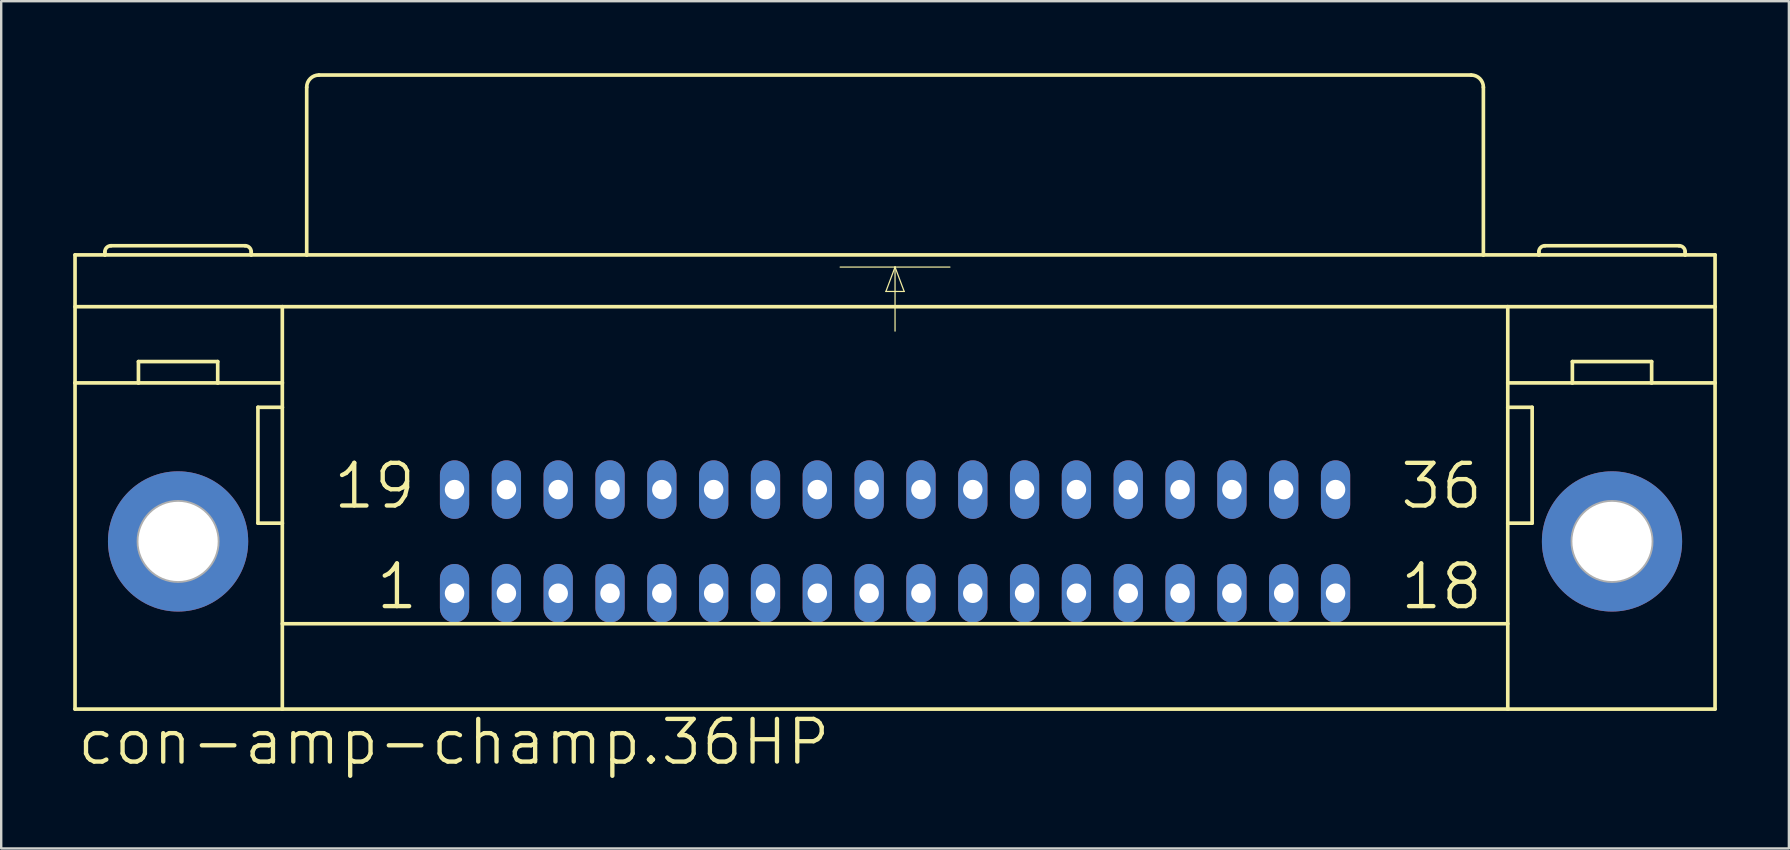
<source format=kicad_pcb>
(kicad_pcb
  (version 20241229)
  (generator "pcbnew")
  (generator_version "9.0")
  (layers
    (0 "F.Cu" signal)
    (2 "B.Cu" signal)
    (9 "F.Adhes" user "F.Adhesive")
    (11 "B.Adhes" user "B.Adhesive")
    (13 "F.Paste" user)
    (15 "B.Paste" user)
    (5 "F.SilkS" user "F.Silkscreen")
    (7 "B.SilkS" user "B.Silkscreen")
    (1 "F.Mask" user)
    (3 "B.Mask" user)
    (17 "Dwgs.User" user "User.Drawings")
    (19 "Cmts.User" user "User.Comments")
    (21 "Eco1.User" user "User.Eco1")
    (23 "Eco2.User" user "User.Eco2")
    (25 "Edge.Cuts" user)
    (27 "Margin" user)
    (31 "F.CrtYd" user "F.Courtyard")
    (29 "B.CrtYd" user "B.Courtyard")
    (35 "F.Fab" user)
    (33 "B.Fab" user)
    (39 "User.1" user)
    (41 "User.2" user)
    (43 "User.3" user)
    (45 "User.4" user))
  (footprint "con-amp-champ.36HP"
    (layer "F.Cu")
    (at 34.239 19.507)
    (property "Reference" "con-amp-champ.36HP" (at -34.163 9.398 0) (layer "F.SilkS") (effects (font (size 1.778 1.778) (thickness 0.18)) (justify left bottom)))
    (attr through_hole)
    (fp_line (start -34.163 -11.938) (end -32.918 -11.938) (stroke (width 0.152) (type default)) (layer "F.SilkS"))
    (fp_line (start -34.163 -9.779) (end -25.527 -9.779) (stroke (width 0.152) (type default)) (layer "F.SilkS"))
    (fp_line (start -34.163 -6.604) (end -34.163 -11.938) (stroke (width 0.152) (type default)) (layer "F.SilkS"))
    (fp_line (start -34.163 6.985) (end -34.163 -6.604) (stroke (width 0.152) (type default)) (layer "F.SilkS"))
    (fp_line (start -34.163 6.985) (end -25.527 6.985) (stroke (width 0.152) (type default)) (layer "F.SilkS"))
    (fp_line (start -32.918 -11.938) (end -32.918 -12.065) (stroke (width 0.152) (type default)) (layer "F.SilkS"))
    (fp_line (start -32.918 -11.938) (end -26.822 -11.938) (stroke (width 0.152) (type default)) (layer "F.SilkS"))
    (fp_line (start -31.521 -6.604) (end -34.163 -6.604) (stroke (width 0.152) (type default)) (layer "F.SilkS"))
    (fp_line (start -31.521 -6.604) (end -31.521 -7.493) (stroke (width 0.152) (type default)) (layer "F.SilkS"))
    (fp_line (start -28.219 -7.493) (end -31.521 -7.493) (stroke (width 0.152) (type default)) (layer "F.SilkS"))
    (fp_line (start -28.219 -6.604) (end -31.521 -6.604) (stroke (width 0.152) (type default)) (layer "F.SilkS"))
    (fp_line (start -28.219 -6.604) (end -28.219 -7.493) (stroke (width 0.152) (type default)) (layer "F.SilkS"))
    (fp_line (start -27.076 -12.319) (end -32.664 -12.319) (stroke (width 0.152) (type default)) (layer "F.SilkS"))
    (fp_line (start -26.822 -11.938) (end -26.822 -12.065) (stroke (width 0.152) (type default)) (layer "F.SilkS"))
    (fp_line (start -26.822 -11.938) (end -24.511 -11.938) (stroke (width 0.152) (type default)) (layer "F.SilkS"))
    (fp_line (start -26.543 -5.588) (end -26.543 -0.762) (stroke (width 0.152) (type default)) (layer "F.SilkS"))
    (fp_line (start -26.543 -0.762) (end -25.527 -0.762) (stroke (width 0.152) (type default)) (layer "F.SilkS"))
    (fp_line (start -25.527 -9.779) (end 25.527 -9.779) (stroke (width 0.152) (type default)) (layer "F.SilkS"))
    (fp_line (start -25.527 -6.604) (end -28.219 -6.604) (stroke (width 0.152) (type default)) (layer "F.SilkS"))
    (fp_line (start -25.527 -6.604) (end -25.527 -9.779) (stroke (width 0.152) (type default)) (layer "F.SilkS"))
    (fp_line (start -25.527 -5.588) (end -26.543 -5.588) (stroke (width 0.152) (type default)) (layer "F.SilkS"))
    (fp_line (start -25.527 -5.588) (end -25.527 -6.604) (stroke (width 0.152) (type default)) (layer "F.SilkS"))
    (fp_line (start -25.527 -0.762) (end -25.527 -5.588) (stroke (width 0.152) (type default)) (layer "F.SilkS"))
    (fp_line (start -25.527 3.429) (end 25.527 3.429) (stroke (width 0.152) (type default)) (layer "F.SilkS"))
    (fp_line (start -25.527 6.985) (end -25.527 -0.762) (stroke (width 0.152) (type default)) (layer "F.SilkS"))
    (fp_line (start -25.527 6.985) (end 25.527 6.985) (stroke (width 0.152) (type default)) (layer "F.SilkS"))
    (fp_line (start -24.511 -11.938) (end -24.511 -18.923) (stroke (width 0.152) (type default)) (layer "F.SilkS"))
    (fp_line (start -24.511 -11.938) (end 24.511 -11.938) (stroke (width 0.152) (type default)) (layer "F.SilkS"))
    (fp_line (start -24.003 -19.431) (end 24.003 -19.431) (stroke (width 0.152) (type default)) (layer "F.SilkS"))
    (fp_line (start -2.286 -11.43) (end 0 -11.43) (stroke (width 0.051) (type default)) (layer "F.SilkS"))
    (fp_line (start -0.381 -10.414) (end 0.381 -10.414) (stroke (width 0.051) (type default)) (layer "F.SilkS"))
    (fp_line (start 0 -11.43) (end -0.381 -10.414) (stroke (width 0.051) (type default)) (layer "F.SilkS"))
    (fp_line (start 0 -11.43) (end 0 -8.763) (stroke (width 0.051) (type default)) (layer "F.SilkS"))
    (fp_line (start 0 -11.43) (end 2.286 -11.43) (stroke (width 0.051) (type default)) (layer "F.SilkS"))
    (fp_line (start 0.381 -10.414) (end 0 -11.43) (stroke (width 0.051) (type default)) (layer "F.SilkS"))
    (fp_line (start 24.511 -11.938) (end 24.511 -18.923) (stroke (width 0.152) (type default)) (layer "F.SilkS"))
    (fp_line (start 24.511 -11.938) (end 26.822 -11.938) (stroke (width 0.152) (type default)) (layer "F.SilkS"))
    (fp_line (start 25.527 -9.779) (end 34.163 -9.779) (stroke (width 0.152) (type default)) (layer "F.SilkS"))
    (fp_line (start 25.527 -6.604) (end 25.527 -9.779) (stroke (width 0.152) (type default)) (layer "F.SilkS"))
    (fp_line (start 25.527 -6.604) (end 28.219 -6.604) (stroke (width 0.152) (type default)) (layer "F.SilkS"))
    (fp_line (start 25.527 -5.588) (end 25.527 -6.604) (stroke (width 0.152) (type default)) (layer "F.SilkS"))
    (fp_line (start 25.527 -5.588) (end 26.543 -5.588) (stroke (width 0.152) (type default)) (layer "F.SilkS"))
    (fp_line (start 25.527 -0.762) (end 25.527 -5.588) (stroke (width 0.152) (type default)) (layer "F.SilkS"))
    (fp_line (start 25.527 6.985) (end 25.527 -0.762) (stroke (width 0.152) (type default)) (layer "F.SilkS"))
    (fp_line (start 25.527 6.985) (end 34.163 6.985) (stroke (width 0.152) (type default)) (layer "F.SilkS"))
    (fp_line (start 26.543 -5.588) (end 26.543 -0.762) (stroke (width 0.152) (type default)) (layer "F.SilkS"))
    (fp_line (start 26.543 -0.762) (end 25.527 -0.762) (stroke (width 0.152) (type default)) (layer "F.SilkS"))
    (fp_line (start 26.822 -11.938) (end 26.822 -12.065) (stroke (width 0.152) (type default)) (layer "F.SilkS"))
    (fp_line (start 26.822 -11.938) (end 32.918 -11.938) (stroke (width 0.152) (type default)) (layer "F.SilkS"))
    (fp_line (start 27.076 -12.319) (end 32.664 -12.319) (stroke (width 0.152) (type default)) (layer "F.SilkS"))
    (fp_line (start 28.219 -7.493) (end 31.521 -7.493) (stroke (width 0.152) (type default)) (layer "F.SilkS"))
    (fp_line (start 28.219 -6.604) (end 28.219 -7.493) (stroke (width 0.152) (type default)) (layer "F.SilkS"))
    (fp_line (start 28.219 -6.604) (end 31.521 -6.604) (stroke (width 0.152) (type default)) (layer "F.SilkS"))
    (fp_line (start 31.521 -6.604) (end 31.521 -7.493) (stroke (width 0.152) (type default)) (layer "F.SilkS"))
    (fp_line (start 31.521 -6.604) (end 34.163 -6.604) (stroke (width 0.152) (type default)) (layer "F.SilkS"))
    (fp_line (start 32.918 -11.938) (end 32.918 -12.065) (stroke (width 0.152) (type default)) (layer "F.SilkS"))
    (fp_line (start 32.918 -11.938) (end 34.163 -11.938) (stroke (width 0.152) (type default)) (layer "F.SilkS"))
    (fp_line (start 34.163 -11.938) (end 34.163 -6.604) (stroke (width 0.152) (type default)) (layer "F.SilkS"))
    (fp_line (start 34.163 -6.604) (end 34.163 6.985) (stroke (width 0.152) (type default)) (layer "F.SilkS"))
    (fp_arc (start -32.9184 -12.065) (mid -32.844005 -12.244605) (end -32.6644 -12.319) (stroke (width 0.1524) (type default)) (layer "F.SilkS"))
    (fp_arc (start -27.0764 -12.319) (mid -26.896795 -12.244605) (end -26.8224 -12.065) (stroke (width 0.1524) (type default)) (layer "F.SilkS"))
    (fp_arc (start -24.511 -18.923) (mid -24.36221 -19.28221) (end -24.003 -19.431) (stroke (width 0.1524) (type default)) (layer "F.SilkS"))
    (fp_arc (start 24.003 -19.431) (mid 24.36221 -19.28221) (end 24.511 -18.923) (stroke (width 0.1524) (type default)) (layer "F.SilkS"))
    (fp_arc (start 26.8224 -12.065) (mid 26.896795 -12.244605) (end 27.0764 -12.319) (stroke (width 0.1524) (type default)) (layer "F.SilkS"))
    (fp_arc (start 32.6644 -12.319) (mid 32.844005 -12.244605) (end 32.9184 -12.065) (stroke (width 0.1524) (type default)) (layer "F.SilkS"))
    (fp_circle (center -29.87 0) (end -28.219 0) (stroke (width 0.152) (type default)) (fill no) (layer "F.Fab"))
    (fp_circle (center 29.87 0) (end 31.521 0) (stroke (width 0.152) (type default)) (fill no) (layer "F.Fab"))
    (fp_text user "1" (at -21.717 2.921 0) (layer "F.SilkS") (effects (font (size 1.778 1.778) (thickness 0.18)) (justify left bottom)))
    (fp_text user "18" (at 20.955 2.921 0) (layer "F.SilkS") (effects (font (size 1.778 1.778) (thickness 0.18)) (justify left bottom)))
    (fp_text user "19" (at -23.495 -1.27 0) (layer "F.SilkS") (effects (font (size 1.778 1.778) (thickness 0.18)) (justify left bottom)))
    (fp_text user "36" (at 20.955 -1.27 0) (layer "F.SilkS") (effects (font (size 1.778 1.778) (thickness 0.18)) (justify left bottom)))
    (pad "1" thru_hole oval (at -18.352 2.159 90) (size 2.438 1.219) (drill 0.813) (layers "*.Cu" "*.Mask"))
    (pad "2" thru_hole oval (at -16.192 2.159 90) (size 2.438 1.219) (drill 0.813) (layers "*.Cu" "*.Mask"))
    (pad "3" thru_hole oval (at -14.034 2.159 90) (size 2.438 1.219) (drill 0.813) (layers "*.Cu" "*.Mask"))
    (pad "4" thru_hole oval (at -11.874 2.159 90) (size 2.438 1.219) (drill 0.813) (layers "*.Cu" "*.Mask"))
    (pad "5" thru_hole oval (at -9.716 2.159 90) (size 2.438 1.219) (drill 0.813) (layers "*.Cu" "*.Mask"))
    (pad "6" thru_hole oval (at -7.556 2.159 90) (size 2.438 1.219) (drill 0.813) (layers "*.Cu" "*.Mask"))
    (pad "7" thru_hole oval (at -5.397 2.159 90) (size 2.438 1.219) (drill 0.813) (layers "*.Cu" "*.Mask"))
    (pad "8" thru_hole oval (at -3.239 2.159 90) (size 2.438 1.219) (drill 0.813) (layers "*.Cu" "*.Mask"))
    (pad "9" thru_hole oval (at -1.079 2.159 90) (size 2.438 1.219) (drill 0.813) (layers "*.Cu" "*.Mask"))
    (pad "10" thru_hole oval (at 1.079 2.159 90) (size 2.438 1.219) (drill 0.813) (layers "*.Cu" "*.Mask"))
    (pad "11" thru_hole oval (at 3.239 2.159 90) (size 2.438 1.219) (drill 0.813) (layers "*.Cu" "*.Mask"))
    (pad "12" thru_hole oval (at 5.397 2.159 90) (size 2.438 1.219) (drill 0.813) (layers "*.Cu" "*.Mask"))
    (pad "13" thru_hole oval (at 7.556 2.159 90) (size 2.438 1.219) (drill 0.813) (layers "*.Cu" "*.Mask"))
    (pad "14" thru_hole oval (at 9.716 2.159 90) (size 2.438 1.219) (drill 0.813) (layers "*.Cu" "*.Mask"))
    (pad "15" thru_hole oval (at 11.874 2.159 90) (size 2.438 1.219) (drill 0.813) (layers "*.Cu" "*.Mask"))
    (pad "16" thru_hole oval (at 14.034 2.159 90) (size 2.438 1.219) (drill 0.813) (layers "*.Cu" "*.Mask"))
    (pad "17" thru_hole oval (at 16.192 2.159 90) (size 2.438 1.219) (drill 0.813) (layers "*.Cu" "*.Mask"))
    (pad "18" thru_hole oval (at 18.352 2.159 90) (size 2.438 1.219) (drill 0.813) (layers "*.Cu" "*.Mask"))
    (pad "19" thru_hole oval (at -18.352 -2.159 90) (size 2.438 1.219) (drill 0.813) (layers "*.Cu" "*.Mask"))
    (pad "20" thru_hole oval (at -16.192 -2.159 90) (size 2.438 1.219) (drill 0.813) (layers "*.Cu" "*.Mask"))
    (pad "21" thru_hole oval (at -14.034 -2.159 90) (size 2.438 1.219) (drill 0.813) (layers "*.Cu" "*.Mask"))
    (pad "22" thru_hole oval (at -11.874 -2.159 90) (size 2.438 1.219) (drill 0.813) (layers "*.Cu" "*.Mask"))
    (pad "23" thru_hole oval (at -9.716 -2.159 90) (size 2.438 1.219) (drill 0.813) (layers "*.Cu" "*.Mask"))
    (pad "24" thru_hole oval (at -7.556 -2.159 90) (size 2.438 1.219) (drill 0.813) (layers "*.Cu" "*.Mask"))
    (pad "25" thru_hole oval (at -5.397 -2.159 90) (size 2.438 1.219) (drill 0.813) (layers "*.Cu" "*.Mask"))
    (pad "26" thru_hole oval (at -3.239 -2.159 90) (size 2.438 1.219) (drill 0.813) (layers "*.Cu" "*.Mask"))
    (pad "27" thru_hole oval (at -1.079 -2.159 90) (size 2.438 1.219) (drill 0.813) (layers "*.Cu" "*.Mask"))
    (pad "28" thru_hole oval (at 1.079 -2.159 90) (size 2.438 1.219) (drill 0.813) (layers "*.Cu" "*.Mask"))
    (pad "29" thru_hole oval (at 3.239 -2.159 90) (size 2.438 1.219) (drill 0.813) (layers "*.Cu" "*.Mask"))
    (pad "30" thru_hole oval (at 5.397 -2.159 90) (size 2.438 1.219) (drill 0.813) (layers "*.Cu" "*.Mask"))
    (pad "31" thru_hole oval (at 7.556 -2.159 90) (size 2.438 1.219) (drill 0.813) (layers "*.Cu" "*.Mask"))
    (pad "32" thru_hole oval (at 9.716 -2.159 90) (size 2.438 1.219) (drill 0.813) (layers "*.Cu" "*.Mask"))
    (pad "33" thru_hole oval (at 11.874 -2.159 90) (size 2.438 1.219) (drill 0.813) (layers "*.Cu" "*.Mask"))
    (pad "34" thru_hole oval (at 14.034 -2.159 90) (size 2.438 1.219) (drill 0.813) (layers "*.Cu" "*.Mask"))
    (pad "35" thru_hole oval (at 16.192 -2.159 90) (size 2.438 1.219) (drill 0.813) (layers "*.Cu" "*.Mask"))
    (pad "36" thru_hole oval (at 18.352 -2.159 90) (size 2.438 1.219) (drill 0.813) (layers "*.Cu" "*.Mask"))
    (pad "G" thru_hole circle (at -29.87 0) (size 5.842 5.842) (drill 3.302) (layers "*.Cu" "*.Mask"))
    (pad "G1" thru_hole circle (at 29.87 0) (size 5.842 5.842) (drill 3.302) (layers "*.Cu" "*.Mask")))
  (gr_rect
    (start -3 -3)
    (end 71.478 32.299)
    (stroke (width 0.1) (type default))
    (fill no)
    (layer "Edge.Cuts")))
</source>
